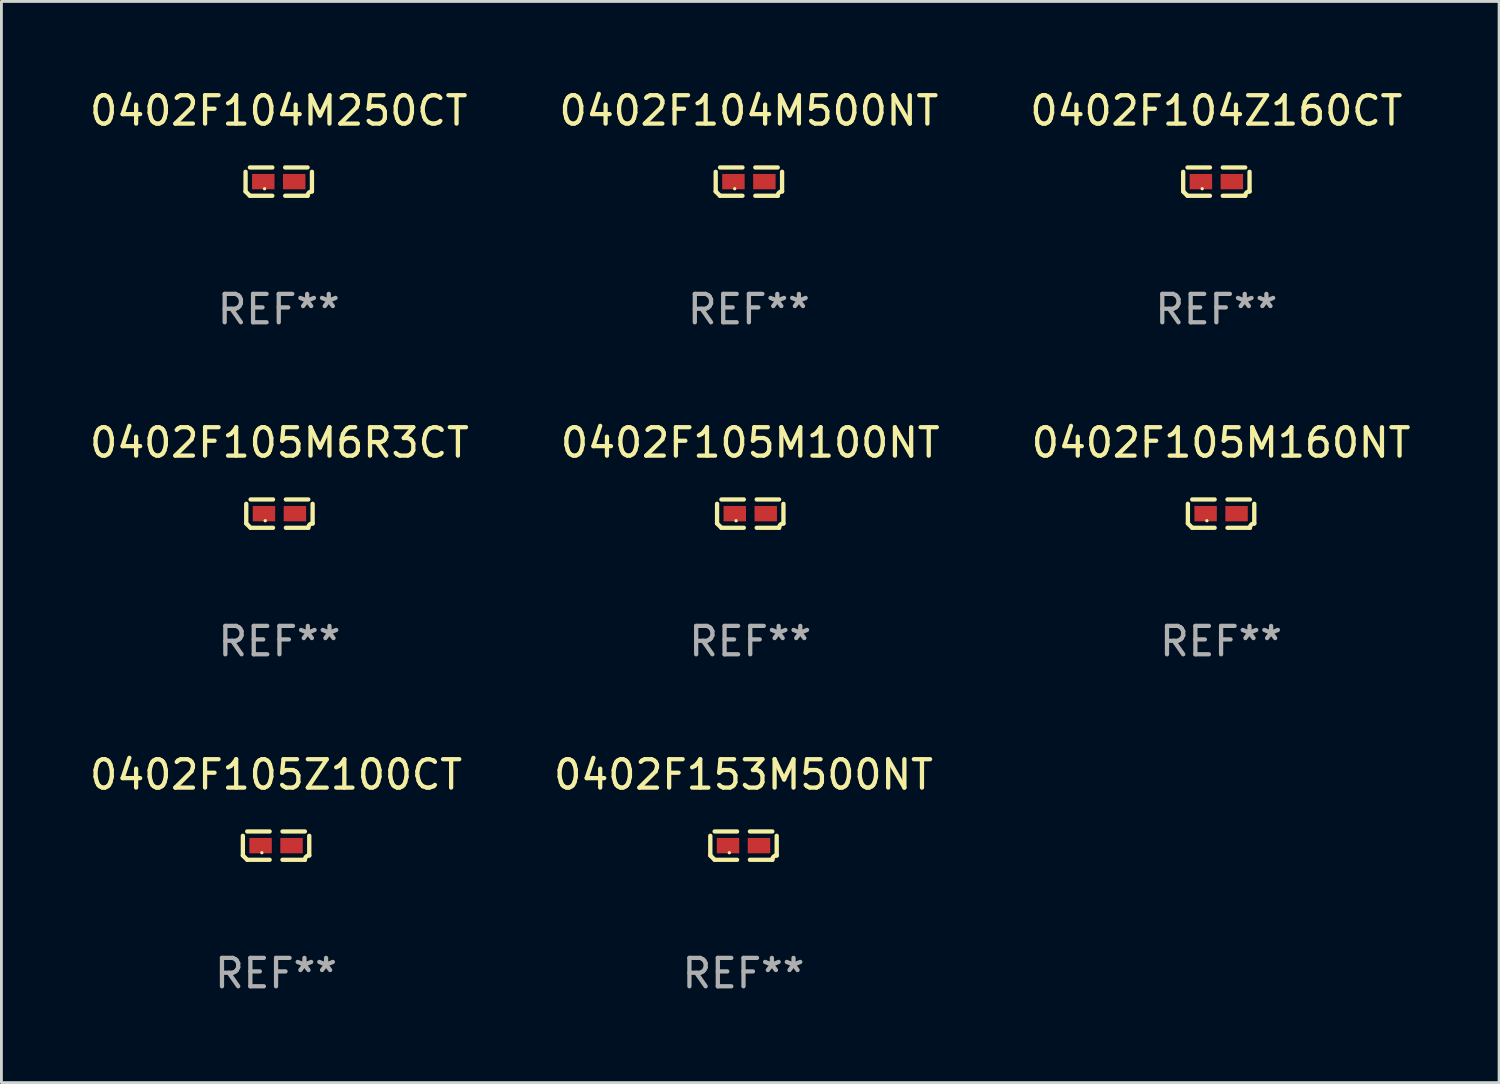
<source format=kicad_pcb>
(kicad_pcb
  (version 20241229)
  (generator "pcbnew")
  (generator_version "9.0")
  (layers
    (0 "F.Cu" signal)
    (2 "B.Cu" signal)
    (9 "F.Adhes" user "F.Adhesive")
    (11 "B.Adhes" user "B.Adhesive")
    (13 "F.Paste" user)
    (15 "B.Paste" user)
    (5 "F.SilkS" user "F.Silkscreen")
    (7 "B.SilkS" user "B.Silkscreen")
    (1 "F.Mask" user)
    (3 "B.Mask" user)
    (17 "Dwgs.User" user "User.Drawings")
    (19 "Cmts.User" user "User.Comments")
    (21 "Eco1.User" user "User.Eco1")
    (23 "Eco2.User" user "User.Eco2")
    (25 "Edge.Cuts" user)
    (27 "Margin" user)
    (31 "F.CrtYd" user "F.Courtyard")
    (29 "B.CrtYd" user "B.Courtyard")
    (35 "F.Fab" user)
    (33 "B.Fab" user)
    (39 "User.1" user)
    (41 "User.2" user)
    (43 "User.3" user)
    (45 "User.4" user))
  (footprint "0402F105M6R3CT"
    (layer "F.Cu")
    (at 6.792 15.041)
    (property "Reference" "0402F105M6R3CT" (at 0 -2.499 0) (layer "F.SilkS") (effects (font (size 1 1) (thickness 0.15))))
    (attr through_hole)
    (fp_line (start -1.169 0.346) (end -1.169 -0.346) (stroke (width 0.152) (type solid)) (layer "F.SilkS"))
    (fp_line (start -1.016 -0.499) (end -0.226 -0.499) (stroke (width 0.152) (type solid)) (layer "F.SilkS"))
    (fp_line (start -0.226 0.499) (end -1.016 0.499) (stroke (width 0.152) (type solid)) (layer "F.SilkS"))
    (fp_line (start 0.226 0.499) (end 1.016 0.499) (stroke (width 0.152) (type solid)) (layer "F.SilkS"))
    (fp_line (start 1.016 -0.499) (end 0.226 -0.499) (stroke (width 0.152) (type solid)) (layer "F.SilkS"))
    (fp_line (start 1.169 0.346) (end 1.169 -0.346) (stroke (width 0.152) (type solid)) (layer "F.SilkS"))
    (fp_arc (start -1.016307 0.498603) (mid -1.092512 0.422405) (end -1.16871 0.3462) (stroke (width 0.1524) (type solid)) (layer "F.SilkS"))
    (fp_arc (start 1.016307 0.498603) (mid 1.060899 0.390758) (end 1.168707 0.346076) (stroke (width 0.1524) (type solid)) (layer "F.SilkS"))
    (fp_circle (center -0.5 0.25) (end -0.47 0.25) (stroke (width 0.06) (type solid)) (fill no) (layer "F.SilkS"))
    (fp_text user "REF**" (at 0 4.499 0) (layer "F.Fab") (effects (font (size 1 1) (thickness 0.15))))
    (pad "1" smd rect (at -0.545 0) (size 0.79 0.54) (layers "F.Cu" "F.Mask" "F.Paste"))
    (pad "2" smd rect (at 0.545 0) (size 0.79 0.54) (layers "F.Cu" "F.Mask" "F.Paste")))
  (footprint "0402F153M500NT"
    (layer "F.Cu")
    (at 23.137 26.734)
    (property "Reference" "0402F153M500NT" (at 0 -2.499 0) (layer "F.SilkS") (effects (font (size 1 1) (thickness 0.15))))
    (attr through_hole)
    (fp_line (start -1.169 0.346) (end -1.169 -0.346) (stroke (width 0.152) (type solid)) (layer "F.SilkS"))
    (fp_line (start -1.016 -0.499) (end -0.226 -0.499) (stroke (width 0.152) (type solid)) (layer "F.SilkS"))
    (fp_line (start -0.226 0.499) (end -1.016 0.499) (stroke (width 0.152) (type solid)) (layer "F.SilkS"))
    (fp_line (start 0.226 0.499) (end 1.016 0.499) (stroke (width 0.152) (type solid)) (layer "F.SilkS"))
    (fp_line (start 1.016 -0.499) (end 0.226 -0.499) (stroke (width 0.152) (type solid)) (layer "F.SilkS"))
    (fp_line (start 1.169 0.346) (end 1.169 -0.346) (stroke (width 0.152) (type solid)) (layer "F.SilkS"))
    (fp_arc (start -1.016307 0.498603) (mid -1.092512 0.422405) (end -1.16871 0.3462) (stroke (width 0.1524) (type solid)) (layer "F.SilkS"))
    (fp_arc (start 1.016307 0.498603) (mid 1.060899 0.390758) (end 1.168707 0.346076) (stroke (width 0.1524) (type solid)) (layer "F.SilkS"))
    (fp_circle (center -0.5 0.25) (end -0.47 0.25) (stroke (width 0.06) (type solid)) (fill no) (layer "F.SilkS"))
    (fp_text user "REF**" (at 0 4.499 0) (layer "F.Fab") (effects (font (size 1 1) (thickness 0.15))))
    (pad "1" smd rect (at -0.545 0) (size 0.79 0.54) (layers "F.Cu" "F.Mask" "F.Paste"))
    (pad "2" smd rect (at 0.545 0) (size 0.79 0.54) (layers "F.Cu" "F.Mask" "F.Paste")))
  (footprint "0402F105M160NT"
    (layer "F.Cu")
    (at 39.958 15.041)
    (property "Reference" "0402F105M160NT" (at 0 -2.499 0) (layer "F.SilkS") (effects (font (size 1 1) (thickness 0.15))))
    (attr through_hole)
    (fp_line (start -1.169 0.346) (end -1.169 -0.346) (stroke (width 0.152) (type solid)) (layer "F.SilkS"))
    (fp_line (start -1.016 -0.499) (end -0.226 -0.499) (stroke (width 0.152) (type solid)) (layer "F.SilkS"))
    (fp_line (start -0.226 0.499) (end -1.016 0.499) (stroke (width 0.152) (type solid)) (layer "F.SilkS"))
    (fp_line (start 0.226 0.499) (end 1.016 0.499) (stroke (width 0.152) (type solid)) (layer "F.SilkS"))
    (fp_line (start 1.016 -0.499) (end 0.226 -0.499) (stroke (width 0.152) (type solid)) (layer "F.SilkS"))
    (fp_line (start 1.169 0.346) (end 1.169 -0.346) (stroke (width 0.152) (type solid)) (layer "F.SilkS"))
    (fp_arc (start -1.016307 0.498603) (mid -1.092512 0.422405) (end -1.16871 0.3462) (stroke (width 0.1524) (type solid)) (layer "F.SilkS"))
    (fp_arc (start 1.016307 0.498603) (mid 1.060899 0.390758) (end 1.168707 0.346076) (stroke (width 0.1524) (type solid)) (layer "F.SilkS"))
    (fp_circle (center -0.5 0.25) (end -0.47 0.25) (stroke (width 0.06) (type solid)) (fill no) (layer "F.SilkS"))
    (fp_text user "REF**" (at 0 4.499 0) (layer "F.Fab") (effects (font (size 1 1) (thickness 0.15))))
    (pad "1" smd rect (at -0.545 0) (size 0.79 0.54) (layers "F.Cu" "F.Mask" "F.Paste"))
    (pad "2" smd rect (at 0.545 0) (size 0.79 0.54) (layers "F.Cu" "F.Mask" "F.Paste")))
  (footprint "0402F104Z160CT"
    (layer "F.Cu")
    (at 39.792 3.347)
    (property "Reference" "0402F104Z160CT" (at 0 -2.499 0) (layer "F.SilkS") (effects (font (size 1 1) (thickness 0.15))))
    (attr through_hole)
    (fp_line (start -1.169 0.346) (end -1.169 -0.346) (stroke (width 0.152) (type solid)) (layer "F.SilkS"))
    (fp_line (start -1.016 -0.499) (end -0.226 -0.499) (stroke (width 0.152) (type solid)) (layer "F.SilkS"))
    (fp_line (start -0.226 0.499) (end -1.016 0.499) (stroke (width 0.152) (type solid)) (layer "F.SilkS"))
    (fp_line (start 0.226 0.499) (end 1.016 0.499) (stroke (width 0.152) (type solid)) (layer "F.SilkS"))
    (fp_line (start 1.016 -0.499) (end 0.226 -0.499) (stroke (width 0.152) (type solid)) (layer "F.SilkS"))
    (fp_line (start 1.169 0.346) (end 1.169 -0.346) (stroke (width 0.152) (type solid)) (layer "F.SilkS"))
    (fp_arc (start -1.016307 0.498603) (mid -1.092512 0.422405) (end -1.16871 0.3462) (stroke (width 0.1524) (type solid)) (layer "F.SilkS"))
    (fp_arc (start 1.016307 0.498603) (mid 1.060899 0.390758) (end 1.168707 0.346076) (stroke (width 0.1524) (type solid)) (layer "F.SilkS"))
    (fp_circle (center -0.5 0.25) (end -0.47 0.25) (stroke (width 0.06) (type solid)) (fill no) (layer "F.SilkS"))
    (fp_text user "REF**" (at 0 4.499 0) (layer "F.Fab") (effects (font (size 1 1) (thickness 0.15))))
    (pad "1" smd rect (at -0.545 0) (size 0.79 0.54) (layers "F.Cu" "F.Mask" "F.Paste"))
    (pad "2" smd rect (at 0.545 0) (size 0.79 0.54) (layers "F.Cu" "F.Mask" "F.Paste")))
  (footprint "0402F105M100NT"
    (layer "F.Cu")
    (at 23.375 15.041)
    (property "Reference" "0402F105M100NT" (at 0 -2.499 0) (layer "F.SilkS") (effects (font (size 1 1) (thickness 0.15))))
    (attr through_hole)
    (fp_line (start -1.169 0.346) (end -1.169 -0.346) (stroke (width 0.152) (type solid)) (layer "F.SilkS"))
    (fp_line (start -1.016 -0.499) (end -0.226 -0.499) (stroke (width 0.152) (type solid)) (layer "F.SilkS"))
    (fp_line (start -0.226 0.499) (end -1.016 0.499) (stroke (width 0.152) (type solid)) (layer "F.SilkS"))
    (fp_line (start 0.226 0.499) (end 1.016 0.499) (stroke (width 0.152) (type solid)) (layer "F.SilkS"))
    (fp_line (start 1.016 -0.499) (end 0.226 -0.499) (stroke (width 0.152) (type solid)) (layer "F.SilkS"))
    (fp_line (start 1.169 0.346) (end 1.169 -0.346) (stroke (width 0.152) (type solid)) (layer "F.SilkS"))
    (fp_arc (start -1.016307 0.498603) (mid -1.092512 0.422405) (end -1.16871 0.3462) (stroke (width 0.1524) (type solid)) (layer "F.SilkS"))
    (fp_arc (start 1.016307 0.498603) (mid 1.060899 0.390758) (end 1.168707 0.346076) (stroke (width 0.1524) (type solid)) (layer "F.SilkS"))
    (fp_circle (center -0.5 0.25) (end -0.47 0.25) (stroke (width 0.06) (type solid)) (fill no) (layer "F.SilkS"))
    (fp_text user "REF**" (at 0 4.499 0) (layer "F.Fab") (effects (font (size 1 1) (thickness 0.15))))
    (pad "1" smd rect (at -0.545 0) (size 0.79 0.54) (layers "F.Cu" "F.Mask" "F.Paste"))
    (pad "2" smd rect (at 0.545 0) (size 0.79 0.54) (layers "F.Cu" "F.Mask" "F.Paste")))
  (footprint "0402F104M250CT"
    (layer "F.Cu")
    (at 6.768 3.347)
    (property "Reference" "0402F104M250CT" (at 0 -2.499 0) (layer "F.SilkS") (effects (font (size 1 1) (thickness 0.15))))
    (attr through_hole)
    (fp_line (start -1.169 0.346) (end -1.169 -0.346) (stroke (width 0.152) (type solid)) (layer "F.SilkS"))
    (fp_line (start -1.016 -0.499) (end -0.226 -0.499) (stroke (width 0.152) (type solid)) (layer "F.SilkS"))
    (fp_line (start -0.226 0.499) (end -1.016 0.499) (stroke (width 0.152) (type solid)) (layer "F.SilkS"))
    (fp_line (start 0.226 0.499) (end 1.016 0.499) (stroke (width 0.152) (type solid)) (layer "F.SilkS"))
    (fp_line (start 1.016 -0.499) (end 0.226 -0.499) (stroke (width 0.152) (type solid)) (layer "F.SilkS"))
    (fp_line (start 1.169 0.346) (end 1.169 -0.346) (stroke (width 0.152) (type solid)) (layer "F.SilkS"))
    (fp_arc (start -1.016307 0.498603) (mid -1.092512 0.422405) (end -1.16871 0.3462) (stroke (width 0.1524) (type solid)) (layer "F.SilkS"))
    (fp_arc (start 1.016307 0.498603) (mid 1.060899 0.390758) (end 1.168707 0.346076) (stroke (width 0.1524) (type solid)) (layer "F.SilkS"))
    (fp_circle (center -0.5 0.25) (end -0.47 0.25) (stroke (width 0.06) (type solid)) (fill no) (layer "F.SilkS"))
    (fp_text user "REF**" (at 0 4.499 0) (layer "F.Fab") (effects (font (size 1 1) (thickness 0.15))))
    (pad "1" smd rect (at -0.545 0) (size 0.79 0.54) (layers "F.Cu" "F.Mask" "F.Paste"))
    (pad "2" smd rect (at 0.545 0) (size 0.79 0.54) (layers "F.Cu" "F.Mask" "F.Paste")))
  (footprint "0402F104M500NT"
    (layer "F.Cu")
    (at 23.327 3.347)
    (property "Reference" "0402F104M500NT" (at 0 -2.499 0) (layer "F.SilkS") (effects (font (size 1 1) (thickness 0.15))))
    (attr through_hole)
    (fp_line (start -1.169 0.346) (end -1.169 -0.346) (stroke (width 0.152) (type solid)) (layer "F.SilkS"))
    (fp_line (start -1.016 -0.499) (end -0.226 -0.499) (stroke (width 0.152) (type solid)) (layer "F.SilkS"))
    (fp_line (start -0.226 0.499) (end -1.016 0.499) (stroke (width 0.152) (type solid)) (layer "F.SilkS"))
    (fp_line (start 0.226 0.499) (end 1.016 0.499) (stroke (width 0.152) (type solid)) (layer "F.SilkS"))
    (fp_line (start 1.016 -0.499) (end 0.226 -0.499) (stroke (width 0.152) (type solid)) (layer "F.SilkS"))
    (fp_line (start 1.169 0.346) (end 1.169 -0.346) (stroke (width 0.152) (type solid)) (layer "F.SilkS"))
    (fp_arc (start -1.016307 0.498603) (mid -1.092512 0.422405) (end -1.16871 0.3462) (stroke (width 0.1524) (type solid)) (layer "F.SilkS"))
    (fp_arc (start 1.016307 0.498603) (mid 1.060899 0.390758) (end 1.168707 0.346076) (stroke (width 0.1524) (type solid)) (layer "F.SilkS"))
    (fp_circle (center -0.5 0.25) (end -0.47 0.25) (stroke (width 0.06) (type solid)) (fill no) (layer "F.SilkS"))
    (fp_text user "REF**" (at 0 4.499 0) (layer "F.Fab") (effects (font (size 1 1) (thickness 0.15))))
    (pad "1" smd rect (at -0.545 0) (size 0.79 0.54) (layers "F.Cu" "F.Mask" "F.Paste"))
    (pad "2" smd rect (at 0.545 0) (size 0.79 0.54) (layers "F.Cu" "F.Mask" "F.Paste")))
  (footprint "0402F105Z100CT"
    (layer "F.Cu")
    (at 6.673 26.734)
    (property "Reference" "0402F105Z100CT" (at 0 -2.499 0) (layer "F.SilkS") (effects (font (size 1 1) (thickness 0.15))))
    (attr through_hole)
    (fp_line (start -1.169 0.346) (end -1.169 -0.346) (stroke (width 0.152) (type solid)) (layer "F.SilkS"))
    (fp_line (start -1.016 -0.499) (end -0.226 -0.499) (stroke (width 0.152) (type solid)) (layer "F.SilkS"))
    (fp_line (start -0.226 0.499) (end -1.016 0.499) (stroke (width 0.152) (type solid)) (layer "F.SilkS"))
    (fp_line (start 0.226 0.499) (end 1.016 0.499) (stroke (width 0.152) (type solid)) (layer "F.SilkS"))
    (fp_line (start 1.016 -0.499) (end 0.226 -0.499) (stroke (width 0.152) (type solid)) (layer "F.SilkS"))
    (fp_line (start 1.169 0.346) (end 1.169 -0.346) (stroke (width 0.152) (type solid)) (layer "F.SilkS"))
    (fp_arc (start -1.016307 0.498603) (mid -1.092512 0.422405) (end -1.16871 0.3462) (stroke (width 0.1524) (type solid)) (layer "F.SilkS"))
    (fp_arc (start 1.016307 0.498603) (mid 1.060899 0.390758) (end 1.168707 0.346076) (stroke (width 0.1524) (type solid)) (layer "F.SilkS"))
    (fp_circle (center -0.5 0.25) (end -0.47 0.25) (stroke (width 0.06) (type solid)) (fill no) (layer "F.SilkS"))
    (fp_text user "REF**" (at 0 4.499 0) (layer "F.Fab") (effects (font (size 1 1) (thickness 0.15))))
    (pad "1" smd rect (at -0.545 0) (size 0.79 0.54) (layers "F.Cu" "F.Mask" "F.Paste"))
    (pad "2" smd rect (at 0.545 0) (size 0.79 0.54) (layers "F.Cu" "F.Mask" "F.Paste")))
  (gr_rect
    (start -3 -3)
    (end 49.75 35.081)
    (stroke (width 0.1) (type default))
    (fill no)
    (layer "Edge.Cuts")))
</source>
